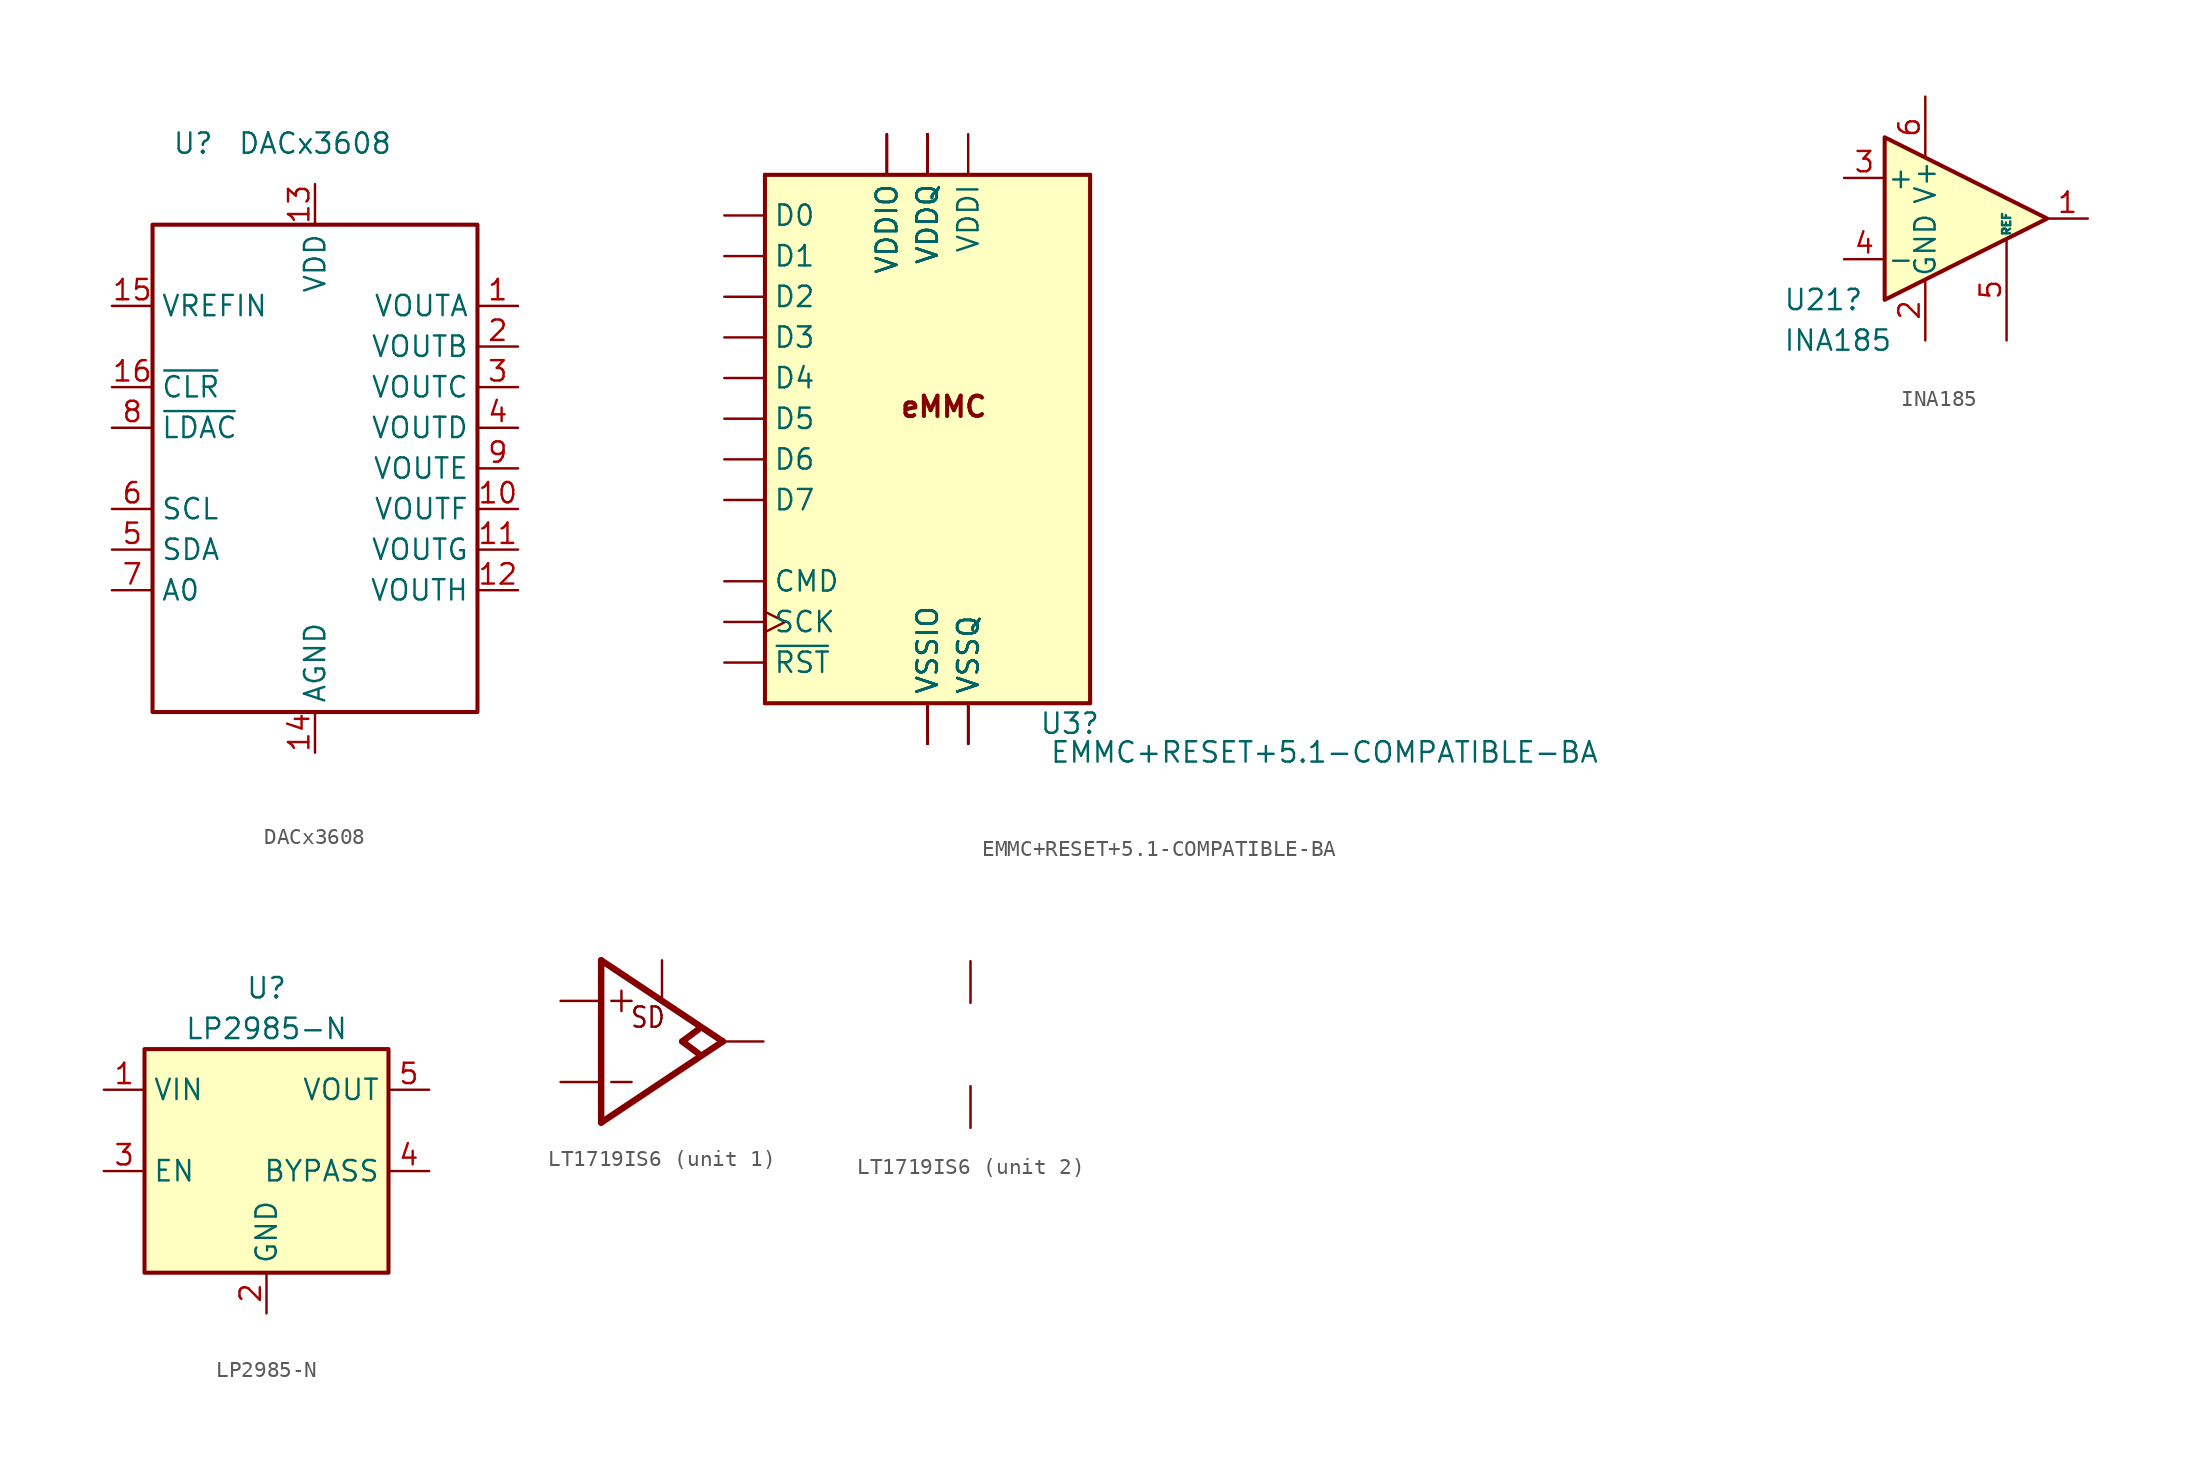
<source format=kicad_sym>
(kicad_symbol_lib
  (version 20220914)
  (generator kicad_symbol_editor)
  (symbol "DACx3608"
    (property "Reference" "U"
      (at -7.62 20.32 0)
      (effects (font (size 1.27 1.27))))
    (property "Value" "DACx3608"
      (at 0 20.32 0)
      (effects (font (size 1.27 1.27))))
    (symbol "DACx3608_0_1"
      (rectangle (start -10.16 15.24) (end 10.16 -15.24) (stroke (width 0.254) (type default)) (fill (type none))))
    (symbol "DACx3608_1_1"
      (pin output line (at 12.7 10.16 180) (length 2.54) (name "VOUTA" (effects (font (size 1.27 1.27)))) (number "1" (effects (font (size 1.27 1.27)))))
      (pin output line (at 12.7 -2.54 180) (length 2.54) (name "VOUTF" (effects (font (size 1.27 1.27)))) (number "10" (effects (font (size 1.27 1.27)))))
      (pin output line (at 12.7 -5.08 180) (length 2.54) (name "VOUTG" (effects (font (size 1.27 1.27)))) (number "11" (effects (font (size 1.27 1.27)))))
      (pin output line (at 12.7 -7.62 180) (length 2.54) (name "VOUTH" (effects (font (size 1.27 1.27)))) (number "12" (effects (font (size 1.27 1.27)))))
      (pin power_in line (at 0 17.78 270) (length 2.54) (name "VDD" (effects (font (size 1.27 1.27)))) (number "13" (effects (font (size 1.27 1.27)))))
      (pin power_in line (at 0 -17.78 90) (length 2.54) (name "AGND" (effects (font (size 1.27 1.27)))) (number "14" (effects (font (size 1.27 1.27)))))
      (pin input line (at -12.7 10.16 0) (length 2.54) (name "VREFIN" (effects (font (size 1.27 1.27)))) (number "15" (effects (font (size 1.27 1.27)))))
      (pin input line (at -12.7 5.08 0) (length 2.54) (name "~{CLR}" (effects (font (size 1.27 1.27)))) (number "16" (effects (font (size 1.27 1.27)))))
      (pin output line (at 12.7 7.62 180) (length 2.54) (name "VOUTB" (effects (font (size 1.27 1.27)))) (number "2" (effects (font (size 1.27 1.27)))))
      (pin output line (at 12.7 5.08 180) (length 2.54) (name "VOUTC" (effects (font (size 1.27 1.27)))) (number "3" (effects (font (size 1.27 1.27)))))
      (pin output line (at 12.7 2.54 180) (length 2.54) (name "VOUTD" (effects (font (size 1.27 1.27)))) (number "4" (effects (font (size 1.27 1.27)))))
      (pin bidirectional line (at -12.7 -5.08 0) (length 2.54) (name "SDA" (effects (font (size 1.27 1.27)))) (number "5" (effects (font (size 1.27 1.27)))))
      (pin input line (at -12.7 -2.54 0) (length 2.54) (name "SCL" (effects (font (size 1.27 1.27)))) (number "6" (effects (font (size 1.27 1.27)))))
      (pin input line (at -12.7 -7.62 0) (length 2.54) (name "A0" (effects (font (size 1.27 1.27)))) (number "7" (effects (font (size 1.27 1.27)))))
      (pin input line (at -12.7 2.54 0) (length 2.54) (name "~{LDAC}" (effects (font (size 1.27 1.27)))) (number "8" (effects (font (size 1.27 1.27)))))
      (pin output line (at 12.7 0 180) (length 2.54) (name "VOUTE" (effects (font (size 1.27 1.27)))) (number "9" (effects (font (size 1.27 1.27)))))))
  (symbol "EMMC+RESET+5.1-COMPATIBLE-BA"
    (property "Reference" "U3"
      (at 8.89 -19.05 0)
      (effects (font (size 1.27 1.27))))
    (property "Value" "EMMC+RESET+5.1-COMPATIBLE-BA"
      (at 7.62 -21.59 0)
      (effects (font (size 1.27 1.27)) (justify left bottom)))
    (symbol "EMMC+RESET+5.1-COMPATIBLE-BA_1_0"
      (polyline (pts (xy -10.16 -17.78) (xy -10.16 15.24)) (stroke (width 0.254) (type default)) (fill (type none)))
      (polyline (pts (xy -10.16 15.24) (xy 10.16 15.24)) (stroke (width 0.254) (type default)) (fill (type none)))
      (polyline (pts (xy 10.16 -17.78) (xy -10.16 -17.78)) (stroke (width 0.254) (type default)) (fill (type none)))
      (polyline (pts (xy 10.16 15.24) (xy 10.16 -17.78)) (stroke (width 0.254) (type default)) (fill (type none)))
      (text "eMMC" (at 3.81 0 0) (effects (font (size 1.27 1.27) bold) (justify right bottom)))
      (pin bidirectional line (at -12.7 12.7 0) (length 2.54) (name "D0" (effects (font (size 1.27 1.27)))) (number "A3" (effects (font (size 0 0)))))
      (pin bidirectional line (at -12.7 10.16 0) (length 2.54) (name "D1" (effects (font (size 1.27 1.27)))) (number "A4" (effects (font (size 0 0)))))
      (pin bidirectional line (at -12.7 7.62 0) (length 2.54) (name "D2" (effects (font (size 1.27 1.27)))) (number "A5" (effects (font (size 0 0)))))
      (pin power_in line (at 0 -20.32 90) (length 2.54) (name "VSSIO" (effects (font (size 1.27 1.27)))) (number "A6" (effects (font (size 0 0)))))
      (pin bidirectional line (at -12.7 5.08 0) (length 2.54) (name "D3" (effects (font (size 1.27 1.27)))) (number "B2" (effects (font (size 0 0)))))
      (pin bidirectional line (at -12.7 2.54 0) (length 2.54) (name "D4" (effects (font (size 1.27 1.27)))) (number "B3" (effects (font (size 0 0)))))
      (pin bidirectional line (at -12.7 0 0) (length 2.54) (name "D5" (effects (font (size 1.27 1.27)))) (number "B4" (effects (font (size 0 0)))))
      (pin bidirectional line (at -12.7 -2.54 0) (length 2.54) (name "D6" (effects (font (size 1.27 1.27)))) (number "B5" (effects (font (size 0 0)))))
      (pin bidirectional line (at -12.7 -5.08 0) (length 2.54) (name "D7" (effects (font (size 1.27 1.27)))) (number "B6" (effects (font (size 0 0)))))
      (pin power_out line (at 2.54 17.78 270) (length 2.54) (name "VDDI" (effects (font (size 1.27 1.27)))) (number "C2" (effects (font (size 0 0)))))
      (pin power_in line (at 2.54 -20.32 90) (length 2.54) (name "VSSQ" (effects (font (size 1.27 1.27)))) (number "C4" (effects (font (size 0 0)))))
      (pin power_in line (at 0 17.78 270) (length 2.54) (name "VDDQ" (effects (font (size 1.27 1.27)))) (number "C6" (effects (font (size 0 0)))))
      (pin power_in line (at -2.54 17.78 270) (length 2.54) (name "VDDIO" (effects (font (size 1.27 1.27)))) (number "E6" (effects (font (size 0 0)))))
      (pin power_in line (at 0 -20.32 90) (length 2.54) (name "VSSIO" (effects (font (size 1.27 1.27)))) (number "E7" (effects (font (size 0 0)))))
      (pin power_in line (at -2.54 17.78 270) (length 2.54) (name "VDDIO" (effects (font (size 1.27 1.27)))) (number "F5" (effects (font (size 0 0)))))
      (pin power_in line (at 0 -20.32 90) (length 2.54) (name "VSSIO" (effects (font (size 1.27 1.27)))) (number "G5" (effects (font (size 0 0)))))
      (pin power_in line (at 0 -20.32 90) (length 2.54) (name "VSSIO" (effects (font (size 1.27 1.27)))) (number "H10" (effects (font (size 0 0)))))
      (pin power_in line (at -2.54 17.78 270) (length 2.54) (name "VDDIO" (effects (font (size 1.27 1.27)))) (number "J10" (effects (font (size 0 0)))))
      (pin power_in line (at 0 -20.32 90) (length 2.54) (name "VSSIO" (effects (font (size 1.27 1.27)))) (number "J5" (effects (font (size 0 0)))))
      (pin input line (at -12.7 -15.24 0) (length 2.54) (name "~{RST}" (effects (font (size 1.27 1.27)))) (number "K5" (effects (font (size 0 0)))))
      (pin power_in line (at 0 -20.32 90) (length 2.54) (name "VSSIO" (effects (font (size 1.27 1.27)))) (number "K8" (effects (font (size 0 0)))))
      (pin power_in line (at -2.54 17.78 270) (length 2.54) (name "VDDIO" (effects (font (size 1.27 1.27)))) (number "K9" (effects (font (size 0 0)))))
      (pin power_in line (at 0 17.78 270) (length 2.54) (name "VDDQ" (effects (font (size 1.27 1.27)))) (number "M4" (effects (font (size 0 0)))))
      (pin input line (at -12.7 -10.16 0) (length 2.54) (name "CMD" (effects (font (size 1.27 1.27)))) (number "M5" (effects (font (size 0 0)))))
      (pin input clock (at -12.7 -12.7 0) (length 2.54) (name "SCK" (effects (font (size 1.27 1.27)))) (number "M6" (effects (font (size 0 0)))))
      (pin power_in line (at 2.54 -20.32 90) (length 2.54) (name "VSSQ" (effects (font (size 1.27 1.27)))) (number "N2" (effects (font (size 0 0)))))
      (pin power_in line (at 0 17.78 270) (length 2.54) (name "VDDQ" (effects (font (size 1.27 1.27)))) (number "N4" (effects (font (size 0 0)))))
      (pin power_in line (at 2.54 -20.32 90) (length 2.54) (name "VSSQ" (effects (font (size 1.27 1.27)))) (number "N5" (effects (font (size 0 0)))))
      (pin power_in line (at 0 17.78 270) (length 2.54) (name "VDDQ" (effects (font (size 1.27 1.27)))) (number "P3" (effects (font (size 0 0)))))
      (pin power_in line (at 2.54 -20.32 90) (length 2.54) (name "VSSQ" (effects (font (size 1.27 1.27)))) (number "P4" (effects (font (size 0 0)))))
      (pin power_in line (at 0 17.78 270) (length 2.54) (name "VDDQ" (effects (font (size 1.27 1.27)))) (number "P5" (effects (font (size 0 0)))))
      (pin power_in line (at 2.54 -20.32 90) (length 2.54) (name "VSSQ" (effects (font (size 1.27 1.27)))) (number "P6" (effects (font (size 0 0))))))
    (symbol "EMMC+RESET+5.1-COMPATIBLE-BA_1_1"
      (rectangle (start -10.16 15.24) (end 10.16 -17.78) (stroke (width 0) (type default)) (fill (type background)))))
  (symbol "INA185"
    (pin_names
      (offset 0.127))
    (property "Reference" "U21"
      (at -11.43 -5.08 0)
      (effects (font (size 1.27 1.27)) (justify left)))
    (property "Value" "INA185"
      (at -11.43 -7.62 0)
      (effects (font (size 1.27 1.27)) (justify left)))
    (symbol "INA185_0_1"
      (polyline (pts (xy 5.08 0) (xy -5.08 5.08) (xy -5.08 -5.08) (xy 5.08 0)) (stroke (width 0.254) (type default)) (fill (type background))))
    (symbol "INA185_1_1"
      (pin output line (at 7.62 0 180) (length 2.54) (name "~" (effects (font (size 1.27 1.27)))) (number "1" (effects (font (size 1.27 1.27)))))
      (pin power_in line (at -2.54 -7.62 90) (length 3.81) (name "GND" (effects (font (size 1.27 1.27)))) (number "2" (effects (font (size 1.27 1.27)))))
      (pin input line (at -7.62 2.54 0) (length 2.54) (name "+" (effects (font (size 1.27 1.27)))) (number "3" (effects (font (size 1.27 1.27)))))
      (pin input line (at -7.62 -2.54 0) (length 2.54) (name "-" (effects (font (size 1.27 1.27)))) (number "4" (effects (font (size 1.27 1.27)))))
      (pin input line (at 2.54 -7.62 90) (length 6.35) (name "REF" (effects (font (size 0.508 0.508)))) (number "5" (effects (font (size 1.27 1.27)))))
      (pin power_in line (at -2.54 7.62 270) (length 3.81) (name "V+" (effects (font (size 1.27 1.27)))) (number "6" (effects (font (size 1.27 1.27)))))))
  (symbol "LP2985-N"
    (property "Reference" "U"
      (at 0 10.16 0)
      (effects (font (size 1.27 1.27))))
    (property "Value" "LP2985-N"
      (at 0 7.62 0)
      (effects (font (size 1.27 1.27))))
    (symbol "LP2985-N_1_1"
      (rectangle (start -7.62 6.35) (end 7.62 -7.62) (stroke (width 0.254) (type default)) (fill (type background)))
      (pin power_in line (at -10.16 3.81 0) (length 2.54) (name "VIN" (effects (font (size 1.27 1.27)))) (number "1" (effects (font (size 1.27 1.27)))))
      (pin power_in line (at 0 -10.16 90) (length 2.54) (name "GND" (effects (font (size 1.27 1.27)))) (number "2" (effects (font (size 1.27 1.27)))))
      (pin input line (at -10.16 -1.27 0) (length 2.54) (name "EN" (effects (font (size 1.27 1.27)))) (number "3" (effects (font (size 1.27 1.27)))))
      (pin passive line (at 10.16 -1.27 180) (length 2.54) (name "BYPASS" (effects (font (size 1.27 1.27)))) (number "4" (effects (font (size 1.27 1.27)))))
      (pin power_out line (at 10.16 3.81 180) (length 2.54) (name "VOUT" (effects (font (size 1.27 1.27)))) (number "5" (effects (font (size 1.27 1.27)))))))
  (symbol "LT1719IS6"
    (property "Reference" "U"
      (at 0 0 0)
      (effects (font (size 1.27 1.27)) hide))
    (property "ki_locked" ""
      (at 0 0 0)
      (effects (font (size 1.27 1.27))))
    (symbol "LT1719IS6_1_0"
      (polyline (pts (xy -5.08 -5.08) (xy 2.54 0)) (stroke (width 0.406) (type default)) (fill (type none)))
      (polyline (pts (xy -5.08 5.08) (xy -5.08 -5.08)) (stroke (width 0.406) (type default)) (fill (type none)))
      (polyline (pts (xy -4.445 -2.54) (xy -3.175 -2.54)) (stroke (width 0.152) (type default)) (fill (type none)))
      (polyline (pts (xy -4.445 2.54) (xy -3.175 2.54)) (stroke (width 0.152) (type default)) (fill (type none)))
      (polyline (pts (xy -3.81 3.175) (xy -3.81 1.905)) (stroke (width 0.152) (type default)) (fill (type none)))
      (polyline (pts (xy 0 0) (xy 1.016 0.762)) (stroke (width 0.406) (type default)) (fill (type none)))
      (polyline (pts (xy 1.016 -0.762) (xy 0 0)) (stroke (width 0.406) (type default)) (fill (type none)))
      (polyline (pts (xy 2.54 0) (xy -5.08 5.08)) (stroke (width 0.406) (type default)) (fill (type none)))
      (text "SD" (at -3.302 0.762 0) (effects (font (size 1.27 1.079)) (justify left bottom)))
      (pin input line (at -7.62 -2.54 0) (length 2.54) (name "-IN" (effects (font (size 0 0)))) (number "1" (effects (font (size 0 0)))))
      (pin input line (at -7.62 2.54 0) (length 2.54) (name "+IN" (effects (font (size 0 0)))) (number "3" (effects (font (size 0 0)))))
      (pin output line (at 5.08 0 180) (length 2.54) (name "OUT" (effects (font (size 0 0)))) (number "5" (effects (font (size 0 0)))))
      (pin input line (at -1.27 5.08 270) (length 2.54) (name "SD" (effects (font (size 0 0)))) (number "6" (effects (font (size 0 0))))))
    (symbol "LT1719IS6_2_0"
      (pin power_in line (at 0 -5.08 90) (length 2.54) (name "V-" (effects (font (size 0 0)))) (number "2" (effects (font (size 0 0)))))
      (pin power_in line (at 0 5.08 270) (length 2.54) (name "V+" (effects (font (size 0 0)))) (number "4" (effects (font (size 0 0))))))))
</source>
